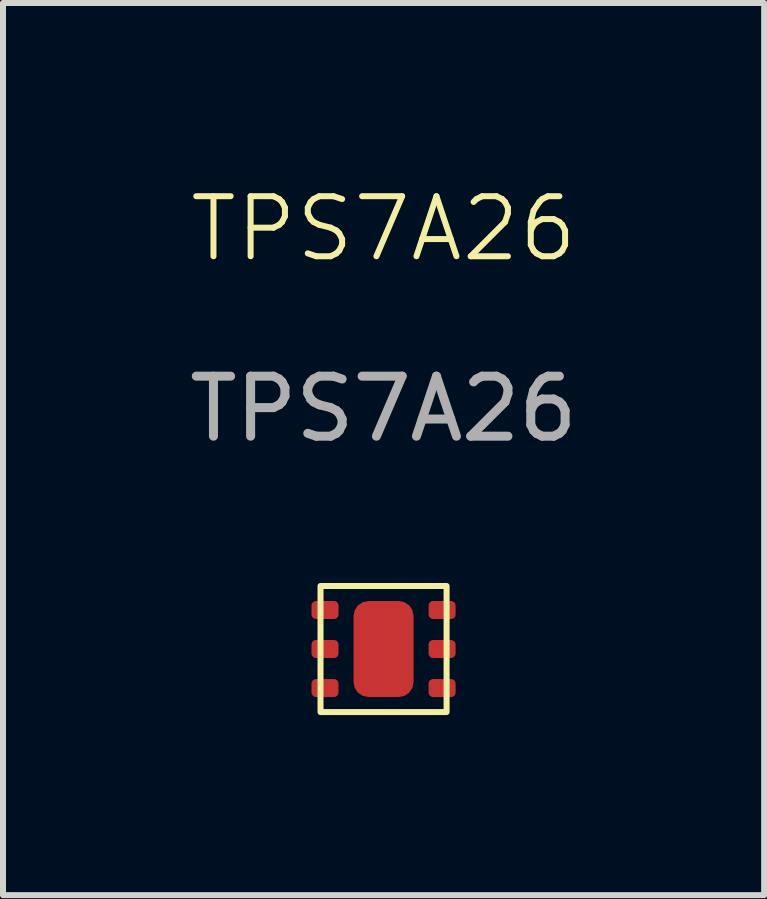
<source format=kicad_pcb>
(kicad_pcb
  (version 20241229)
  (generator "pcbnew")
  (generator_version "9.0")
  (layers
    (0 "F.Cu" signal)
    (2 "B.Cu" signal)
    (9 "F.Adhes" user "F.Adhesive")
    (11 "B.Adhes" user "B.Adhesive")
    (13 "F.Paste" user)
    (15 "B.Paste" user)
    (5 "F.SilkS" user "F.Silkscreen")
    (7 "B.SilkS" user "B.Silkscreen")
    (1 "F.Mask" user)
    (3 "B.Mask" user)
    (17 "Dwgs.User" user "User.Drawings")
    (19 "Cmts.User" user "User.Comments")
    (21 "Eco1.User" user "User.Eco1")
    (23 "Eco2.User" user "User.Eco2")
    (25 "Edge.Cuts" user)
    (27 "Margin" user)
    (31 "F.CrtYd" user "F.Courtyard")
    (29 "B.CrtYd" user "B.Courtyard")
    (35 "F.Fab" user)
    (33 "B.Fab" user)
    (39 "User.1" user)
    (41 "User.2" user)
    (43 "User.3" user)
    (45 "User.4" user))
  (footprint "TPS7A26"
    (layer "F.Cu")
    (at 3.339 7.761)
    (property "Reference" "TPS7A26" (at 0 -7 0) (unlocked yes) (layer "F.SilkS") (effects (font (size 1 1) (thickness 0.1))))
    (attr smd)
    (fp_rect (start -1.05 -1.05) (end 1.05 1.05) (stroke (width 0.1) (type default)) (fill no) (layer "F.SilkS"))
    (fp_text user "${REFERENCE}" (at 0 -4 0) (unlocked yes) (layer "F.Fab") (effects (font (size 1 1) (thickness 0.15))))
    (pad "1" smd roundrect (at -0.975 -0.65) (size 0.45 0.3) (layers "F.Cu" "F.Mask" "F.Paste") (roundrect_rratio 0.25))
    (pad "2" smd roundrect (at -0.975 0) (size 0.45 0.3) (layers "F.Cu" "F.Mask" "F.Paste") (roundrect_rratio 0.25))
    (pad "3" smd roundrect (at -0.975 0.65) (size 0.45 0.3) (layers "F.Cu" "F.Mask" "F.Paste") (roundrect_rratio 0.25))
    (pad "4" smd roundrect (at 0.975 0.65) (size 0.45 0.3) (layers "F.Cu" "F.Mask" "F.Paste") (roundrect_rratio 0.25))
    (pad "5" smd roundrect (at 0.975 0) (size 0.45 0.3) (layers "F.Cu" "F.Mask" "F.Paste") (roundrect_rratio 0.25))
    (pad "6" smd roundrect (at 0.975 -0.65) (size 0.45 0.3) (layers "F.Cu" "F.Mask" "F.Paste") (roundrect_rratio 0.25))
    (pad "7" smd roundrect (at 0 0) (size 1 1.6) (layers "F.Cu" "F.Mask" "F.Paste") (roundrect_rratio 0.25)))
  (gr_rect
    (start -3 -3)
    (end 9.679 11.861)
    (stroke (width 0.1) (type default))
    (fill no)
    (layer "Edge.Cuts")))
</source>
